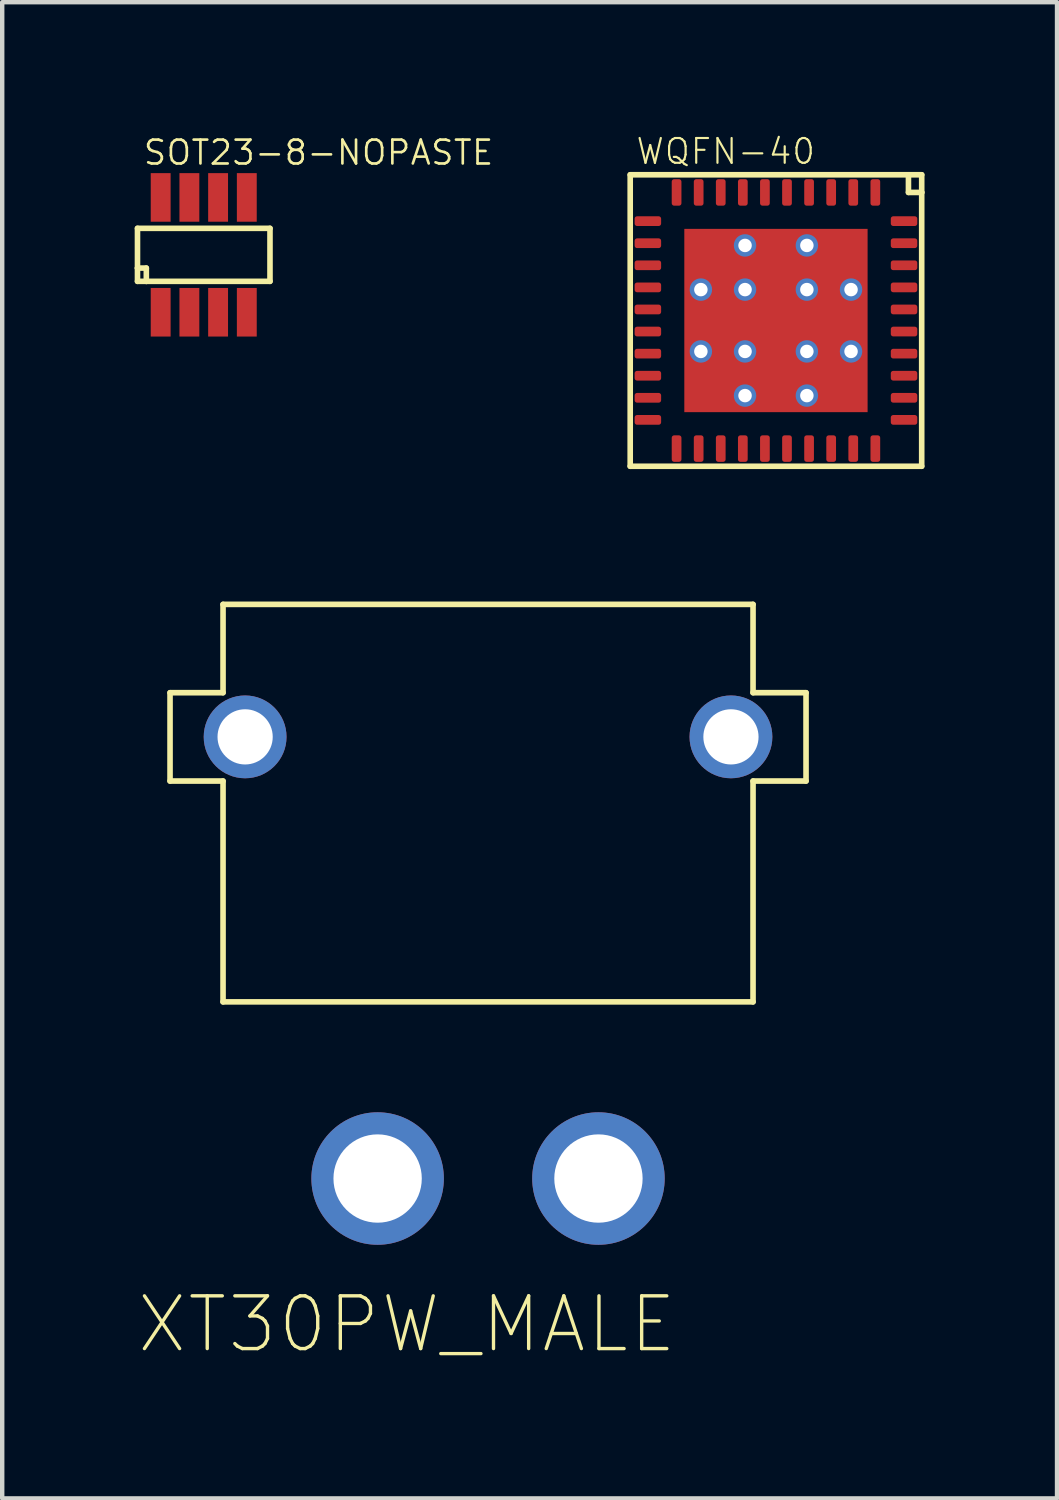
<source format=kicad_pcb>
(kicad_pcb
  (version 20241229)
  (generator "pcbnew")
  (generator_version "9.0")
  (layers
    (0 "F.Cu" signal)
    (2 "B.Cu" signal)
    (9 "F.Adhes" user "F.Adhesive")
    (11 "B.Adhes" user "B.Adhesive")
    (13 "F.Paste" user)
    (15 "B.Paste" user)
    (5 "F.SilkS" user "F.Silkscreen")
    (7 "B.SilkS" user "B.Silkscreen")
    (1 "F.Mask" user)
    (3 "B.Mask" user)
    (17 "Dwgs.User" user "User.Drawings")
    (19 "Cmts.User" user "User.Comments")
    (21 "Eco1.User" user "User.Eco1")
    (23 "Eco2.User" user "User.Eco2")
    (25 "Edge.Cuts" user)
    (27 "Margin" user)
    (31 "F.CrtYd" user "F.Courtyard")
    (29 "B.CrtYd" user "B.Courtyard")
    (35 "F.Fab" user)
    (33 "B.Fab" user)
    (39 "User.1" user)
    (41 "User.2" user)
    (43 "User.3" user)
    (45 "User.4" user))
  (footprint "SOT23-8-NOPASTE"
    (layer "F.Cu")
    (at 1.563 2.72)
    (property "Reference" "SOT23-8-NOPASTE" (at -1.4 -2 0) (unlocked yes) (layer "F.SilkS") (effects (font (size 0.54 0.54) (thickness 0.06)) (justify left bottom)))
    (fp_line (start -1.5 -0.6) (end -1.5 0.3) (stroke (width 0.127) (type solid)) (layer "F.SilkS"))
    (fp_line (start -1.5 0.3) (end -1.5 0.6) (stroke (width 0.127) (type solid)) (layer "F.SilkS"))
    (fp_line (start -1.5 0.3) (end -1.3 0.3) (stroke (width 0.127) (type solid)) (layer "F.SilkS"))
    (fp_line (start -1.5 0.6) (end -1.3 0.6) (stroke (width 0.127) (type solid)) (layer "F.SilkS"))
    (fp_line (start -1.3 0.3) (end -1.3 0.6) (stroke (width 0.127) (type solid)) (layer "F.SilkS"))
    (fp_line (start -1.3 0.6) (end 1.5 0.6) (stroke (width 0.127) (type solid)) (layer "F.SilkS"))
    (fp_line (start 1.5 -0.6) (end -1.5 -0.6) (stroke (width 0.127) (type solid)) (layer "F.SilkS"))
    (fp_line (start 1.5 0.6) (end 1.5 -0.6) (stroke (width 0.127) (type solid)) (layer "F.SilkS"))
    (pad "1" smd rect (at -0.975 1.3) (size 0.45 1.1) (layers "F.Cu" "F.Mask"))
    (pad "2" smd rect (at -0.325 1.3) (size 0.45 1.1) (layers "F.Cu" "F.Mask"))
    (pad "3" smd rect (at 0.325 1.3) (size 0.45 1.1) (layers "F.Cu" "F.Mask"))
    (pad "4" smd rect (at 0.975 1.3) (size 0.45 1.1) (layers "F.Cu" "F.Mask"))
    (pad "5" smd rect (at 0.975 -1.3) (size 0.45 1.1) (layers "F.Cu" "F.Mask"))
    (pad "6" smd rect (at 0.325 -1.3) (size 0.45 1.1) (layers "F.Cu" "F.Mask"))
    (pad "7" smd rect (at -0.325 -1.3) (size 0.45 1.1) (layers "F.Cu" "F.Mask"))
    (pad "8" smd rect (at -0.975 -1.3) (size 0.45 1.1) (layers "F.Cu" "F.Mask")))
  (footprint "XT30PW_MALE"
    (layer "F.Cu")
    (at 8 23.634)
    (property "Reference" "XT30PW_MALE" (at -8 4 0) (unlocked yes) (layer "F.SilkS") (effects (font (size 1.194 1.194) (thickness 0.076)) (justify left bottom)))
    (fp_line (start -7.2 -11) (end -7.2 -9) (stroke (width 0.127) (type solid)) (layer "F.SilkS"))
    (fp_line (start -7.2 -9) (end -6 -9) (stroke (width 0.127) (type solid)) (layer "F.SilkS"))
    (fp_line (start -6 -13) (end -6 -11) (stroke (width 0.127) (type solid)) (layer "F.SilkS"))
    (fp_line (start -6 -11) (end -7.2 -11) (stroke (width 0.127) (type solid)) (layer "F.SilkS"))
    (fp_line (start -6 -9) (end -6 -4) (stroke (width 0.127) (type solid)) (layer "F.SilkS"))
    (fp_line (start -6 -4) (end 6 -4) (stroke (width 0.127) (type solid)) (layer "F.SilkS"))
    (fp_line (start 6 -13) (end -6 -13) (stroke (width 0.127) (type solid)) (layer "F.SilkS"))
    (fp_line (start 6 -11) (end 6 -13) (stroke (width 0.127) (type solid)) (layer "F.SilkS"))
    (fp_line (start 6 -9) (end 7.2 -9) (stroke (width 0.127) (type solid)) (layer "F.SilkS"))
    (fp_line (start 6 -4) (end 6 -9) (stroke (width 0.127) (type solid)) (layer "F.SilkS"))
    (fp_line (start 7.2 -11) (end 6 -11) (stroke (width 0.127) (type solid)) (layer "F.SilkS"))
    (fp_line (start 7.2 -9) (end 7.2 -11) (stroke (width 0.127) (type solid)) (layer "F.SilkS"))
    (pad "1" thru_hole circle (at -2.5 0) (size 3 3) (drill 2) (layers "*.Cu" "*.Mask"))
    (pad "2" thru_hole circle (at 2.5 0) (size 3 3) (drill 2) (layers "*.Cu" "*.Mask"))
    (pad "M1" thru_hole circle (at -5.5 -10) (size 1.875 1.875) (drill 1.25) (layers "*.Cu" "*.Mask"))
    (pad "M2" thru_hole circle (at 5.5 -10) (size 1.875 1.875) (drill 1.25) (layers "*.Cu" "*.Mask")))
  (footprint "WQFN-40"
    (layer "F.Cu")
    (at 14.519 4.207)
    (property "Reference" "WQFN-40" (at -3.2 -3.5 0) (unlocked yes) (layer "F.SilkS") (effects (font (size 0.561 0.561) (thickness 0.049)) (justify left bottom)))
    (fp_line (start -3.3 -3.3) (end 3 -3.3) (stroke (width 0.127) (type solid)) (layer "F.SilkS"))
    (fp_line (start -3.3 3.3) (end -3.3 -3.3) (stroke (width 0.127) (type solid)) (layer "F.SilkS"))
    (fp_line (start 3 -3.3) (end 3 -2.9) (stroke (width 0.127) (type solid)) (layer "F.SilkS"))
    (fp_line (start 3 -3.3) (end 3.3 -3.3) (stroke (width 0.127) (type solid)) (layer "F.SilkS"))
    (fp_line (start 3 -2.9) (end 3.3 -2.9) (stroke (width 0.127) (type solid)) (layer "F.SilkS"))
    (fp_line (start 3.3 -3.3) (end 3.3 -2.9) (stroke (width 0.127) (type solid)) (layer "F.SilkS"))
    (fp_line (start 3.3 -2.9) (end 3.3 3.3) (stroke (width 0.127) (type solid)) (layer "F.SilkS"))
    (fp_line (start 3.3 3.3) (end -3.3 3.3) (stroke (width 0.127) (type solid)) (layer "F.SilkS"))
    (fp_poly (pts (xy -0.837 -0.936) (xy -1.964 -0.936) (xy -1.964 -1.964) (xy -0.837 -1.964)) (stroke (width 0) (type default)) (fill yes) (layer "F.Paste"))
    (fp_poly (pts (xy -0.837 0.564) (xy -1.964 0.564) (xy -1.964 -0.564) (xy -0.837 -0.564)) (stroke (width 0) (type default)) (fill yes) (layer "F.Paste"))
    (fp_poly (pts (xy -0.837 1.964) (xy -1.964 1.964) (xy -1.964 0.837) (xy -0.837 0.837)) (stroke (width 0) (type default)) (fill yes) (layer "F.Paste"))
    (fp_poly (pts (xy 0.564 -0.936) (xy -0.564 -0.936) (xy -0.564 -1.964) (xy 0.564 -1.964)) (stroke (width 0) (type default)) (fill yes) (layer "F.Paste"))
    (fp_poly (pts (xy 0.564 0.564) (xy -0.564 0.564) (xy -0.564 -0.564) (xy 0.564 -0.564)) (stroke (width 0) (type default)) (fill yes) (layer "F.Paste"))
    (fp_poly (pts (xy 0.564 1.964) (xy -0.564 1.964) (xy -0.564 0.837) (xy 0.564 0.837)) (stroke (width 0) (type default)) (fill yes) (layer "F.Paste"))
    (fp_poly (pts (xy 1.964 -0.936) (xy 0.837 -0.936) (xy 0.837 -1.964) (xy 1.964 -1.964)) (stroke (width 0) (type default)) (fill yes) (layer "F.Paste"))
    (fp_poly (pts (xy 1.964 0.564) (xy 0.837 0.564) (xy 0.837 -0.564) (xy 1.964 -0.564)) (stroke (width 0) (type default)) (fill yes) (layer "F.Paste"))
    (fp_poly (pts (xy 1.964 1.964) (xy 0.837 1.964) (xy 0.837 0.837) (xy 1.964 0.837)) (stroke (width 0) (type default)) (fill yes) (layer "F.Paste"))
    (pad "1" smd roundrect (at 2.25 -2.9 90) (size 0.6 0.22) (layers "F.Cu" "F.Mask" "F.Paste") (roundrect_rratio 0.25))
    (pad "2" smd roundrect (at 1.75 -2.9 90) (size 0.6 0.22) (layers "F.Cu" "F.Mask" "F.Paste") (roundrect_rratio 0.25))
    (pad "3" smd roundrect (at 1.25 -2.9 90) (size 0.6 0.22) (layers "F.Cu" "F.Mask" "F.Paste") (roundrect_rratio 0.25))
    (pad "4" smd roundrect (at 0.75 -2.9 90) (size 0.6 0.22) (layers "F.Cu" "F.Mask" "F.Paste") (roundrect_rratio 0.25))
    (pad "5" smd roundrect (at 0.25 -2.9 90) (size 0.6 0.22) (layers "F.Cu" "F.Mask" "F.Paste") (roundrect_rratio 0.25))
    (pad "6" smd roundrect (at -0.25 -2.9 90) (size 0.6 0.22) (layers "F.Cu" "F.Mask" "F.Paste") (roundrect_rratio 0.25))
    (pad "7" smd roundrect (at -0.75 -2.9 90) (size 0.6 0.22) (layers "F.Cu" "F.Mask" "F.Paste") (roundrect_rratio 0.25))
    (pad "8" smd roundrect (at -1.25 -2.9 90) (size 0.6 0.22) (layers "F.Cu" "F.Mask" "F.Paste") (roundrect_rratio 0.25))
    (pad "9" smd roundrect (at -1.75 -2.9 90) (size 0.6 0.22) (layers "F.Cu" "F.Mask" "F.Paste") (roundrect_rratio 0.25))
    (pad "10" smd roundrect (at -2.25 -2.9 90) (size 0.6 0.22) (layers "F.Cu" "F.Mask" "F.Paste") (roundrect_rratio 0.25))
    (pad "11" smd roundrect (at -2.9 -2.25) (size 0.6 0.22) (layers "F.Cu" "F.Mask" "F.Paste") (roundrect_rratio 0.25))
    (pad "12" smd roundrect (at -2.9 -1.75) (size 0.6 0.22) (layers "F.Cu" "F.Mask" "F.Paste") (roundrect_rratio 0.25))
    (pad "13" smd roundrect (at -2.9 -1.25) (size 0.6 0.22) (layers "F.Cu" "F.Mask" "F.Paste") (roundrect_rratio 0.25))
    (pad "14" smd roundrect (at -2.9 -0.75) (size 0.6 0.22) (layers "F.Cu" "F.Mask" "F.Paste") (roundrect_rratio 0.25))
    (pad "15" smd roundrect (at -2.9 -0.25) (size 0.6 0.22) (layers "F.Cu" "F.Mask" "F.Paste") (roundrect_rratio 0.25))
    (pad "16" smd roundrect (at -2.9 0.25) (size 0.6 0.22) (layers "F.Cu" "F.Mask" "F.Paste") (roundrect_rratio 0.25))
    (pad "17" smd roundrect (at -2.9 0.75) (size 0.6 0.22) (layers "F.Cu" "F.Mask" "F.Paste") (roundrect_rratio 0.25))
    (pad "18" smd roundrect (at -2.9 1.25) (size 0.6 0.22) (layers "F.Cu" "F.Mask" "F.Paste") (roundrect_rratio 0.25))
    (pad "19" smd roundrect (at -2.9 1.75) (size 0.6 0.22) (layers "F.Cu" "F.Mask" "F.Paste") (roundrect_rratio 0.25))
    (pad "20" smd roundrect (at -2.9 2.25) (size 0.6 0.22) (layers "F.Cu" "F.Mask" "F.Paste") (roundrect_rratio 0.25))
    (pad "21" smd roundrect (at -2.25 2.9 90) (size 0.6 0.22) (layers "F.Cu" "F.Mask" "F.Paste") (roundrect_rratio 0.25))
    (pad "22" smd roundrect (at -1.75 2.9 90) (size 0.6 0.22) (layers "F.Cu" "F.Mask" "F.Paste") (roundrect_rratio 0.25))
    (pad "23" smd roundrect (at -1.25 2.9 90) (size 0.6 0.22) (layers "F.Cu" "F.Mask" "F.Paste") (roundrect_rratio 0.25))
    (pad "24" smd roundrect (at -0.75 2.9 90) (size 0.6 0.22) (layers "F.Cu" "F.Mask" "F.Paste") (roundrect_rratio 0.25))
    (pad "25" smd roundrect (at -0.25 2.9 90) (size 0.6 0.22) (layers "F.Cu" "F.Mask" "F.Paste") (roundrect_rratio 0.25))
    (pad "26" smd roundrect (at 0.25 2.9 90) (size 0.6 0.22) (layers "F.Cu" "F.Mask" "F.Paste") (roundrect_rratio 0.25))
    (pad "27" smd roundrect (at 0.75 2.9 90) (size 0.6 0.22) (layers "F.Cu" "F.Mask" "F.Paste") (roundrect_rratio 0.25))
    (pad "28" smd roundrect (at 1.25 2.9 90) (size 0.6 0.22) (layers "F.Cu" "F.Mask" "F.Paste") (roundrect_rratio 0.25))
    (pad "29" smd roundrect (at 1.75 2.9 90) (size 0.6 0.22) (layers "F.Cu" "F.Mask" "F.Paste") (roundrect_rratio 0.25))
    (pad "30" smd roundrect (at 2.25 2.9 90) (size 0.6 0.22) (layers "F.Cu" "F.Mask" "F.Paste") (roundrect_rratio 0.25))
    (pad "31" smd roundrect (at 2.9 2.25) (size 0.6 0.22) (layers "F.Cu" "F.Mask" "F.Paste") (roundrect_rratio 0.25))
    (pad "32" smd roundrect (at 2.9 1.75) (size 0.6 0.22) (layers "F.Cu" "F.Mask" "F.Paste") (roundrect_rratio 0.25))
    (pad "33" smd roundrect (at 2.9 1.25) (size 0.6 0.22) (layers "F.Cu" "F.Mask" "F.Paste") (roundrect_rratio 0.25))
    (pad "34" smd roundrect (at 2.9 0.75) (size 0.6 0.22) (layers "F.Cu" "F.Mask" "F.Paste") (roundrect_rratio 0.25))
    (pad "35" smd roundrect (at 2.9 0.25) (size 0.6 0.22) (layers "F.Cu" "F.Mask" "F.Paste") (roundrect_rratio 0.25))
    (pad "36" smd roundrect (at 2.9 -0.25) (size 0.6 0.22) (layers "F.Cu" "F.Mask" "F.Paste") (roundrect_rratio 0.25))
    (pad "37" smd roundrect (at 2.9 -0.75) (size 0.6 0.22) (layers "F.Cu" "F.Mask" "F.Paste") (roundrect_rratio 0.25))
    (pad "38" smd roundrect (at 2.9 -1.25) (size 0.6 0.22) (layers "F.Cu" "F.Mask" "F.Paste") (roundrect_rratio 0.25))
    (pad "39" smd roundrect (at 2.9 -1.75) (size 0.6 0.22) (layers "F.Cu" "F.Mask" "F.Paste") (roundrect_rratio 0.25))
    (pad "40" smd roundrect (at 2.9 -2.25) (size 0.6 0.22) (layers "F.Cu" "F.Mask" "F.Paste") (roundrect_rratio 0.25))
    (pad "P1" thru_hole circle (at -0.7 1.7) (size 0.508 0.508) (drill 0.305) (layers "*.Cu"))
    (pad "P2" thru_hole circle (at 0.7 1.7) (size 0.508 0.508) (drill 0.305) (layers "*.Cu"))
    (pad "P3" thru_hole circle (at 1.7 0.7) (size 0.508 0.508) (drill 0.305) (layers "*.Cu"))
    (pad "P7" thru_hole circle (at 0.7 0.7) (size 0.508 0.508) (drill 0.305) (layers "*.Cu"))
    (pad "P8" thru_hole circle (at 0.7 -1.7) (size 0.508 0.508) (drill 0.305) (layers "*.Cu"))
    (pad "P9" thru_hole circle (at -0.7 -1.7) (size 0.508 0.508) (drill 0.305) (layers "*.Cu"))
    (pad "P12" thru_hole circle (at -0.7 0.7) (size 0.508 0.508) (drill 0.305) (layers "*.Cu"))
    (pad "P13" thru_hole circle (at 0.7 -0.7) (size 0.508 0.508) (drill 0.305) (layers "*.Cu"))
    (pad "P14" thru_hole circle (at -0.7 -0.7) (size 0.508 0.508) (drill 0.305) (layers "*.Cu"))
    (pad "P17" thru_hole circle (at -1.7 0.7) (size 0.508 0.508) (drill 0.305) (layers "*.Cu"))
    (pad "P18" thru_hole circle (at 1.7 -0.7) (size 0.508 0.508) (drill 0.305) (layers "*.Cu"))
    (pad "P19" thru_hole circle (at -1.7 -0.7) (size 0.508 0.508) (drill 0.305) (layers "*.Cu"))
    (pad "PAD" smd rect (at 0 0) (size 4.15 4.15) (layers "F.Cu" "F.Mask")))
  (gr_rect
    (start -3 -3)
    (end 20.883 30.876)
    (stroke (width 0.1) (type default))
    (fill no)
    (layer "Edge.Cuts")))
</source>
